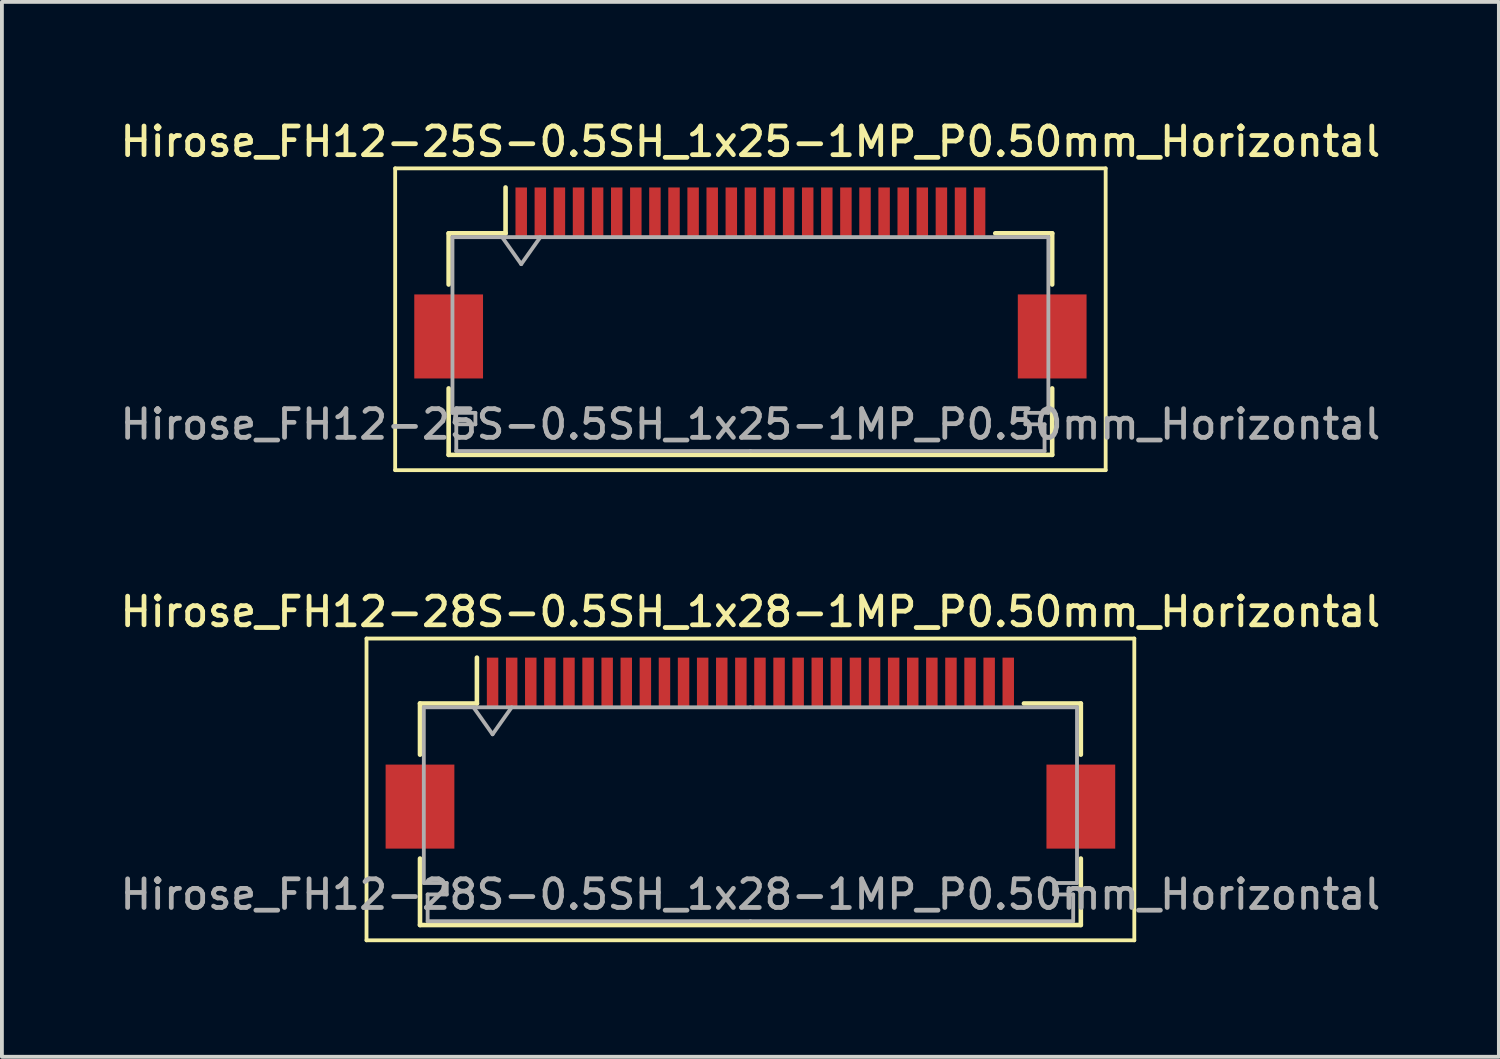
<source format=kicad_pcb>
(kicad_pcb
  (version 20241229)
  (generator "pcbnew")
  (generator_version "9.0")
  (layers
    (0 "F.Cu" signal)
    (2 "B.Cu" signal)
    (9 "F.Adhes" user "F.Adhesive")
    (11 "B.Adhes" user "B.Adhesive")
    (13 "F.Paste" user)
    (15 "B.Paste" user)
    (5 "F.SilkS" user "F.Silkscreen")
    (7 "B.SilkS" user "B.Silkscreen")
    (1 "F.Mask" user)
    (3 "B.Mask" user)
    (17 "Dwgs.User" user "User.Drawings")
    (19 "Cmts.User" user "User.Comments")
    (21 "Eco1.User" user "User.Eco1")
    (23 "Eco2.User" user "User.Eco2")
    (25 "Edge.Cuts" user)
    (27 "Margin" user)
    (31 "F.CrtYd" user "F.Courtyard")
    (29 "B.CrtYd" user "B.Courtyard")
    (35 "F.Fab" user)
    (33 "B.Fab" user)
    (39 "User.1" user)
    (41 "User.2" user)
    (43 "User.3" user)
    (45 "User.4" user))
  (footprint "Hirose_FH12-25S-0.5SH_1x25-1MP_P0.50mm_Horizontal"
    (layer "F.Cu")
    (at 16.595 4.358)
    (property "Reference" "Hirose_FH12-25S-0.5SH_1x25-1MP_P0.50mm_Horizontal" (at 0 -3.7 0) (layer "F.SilkS") (effects (font (size 0.75 0.75) (thickness 0.125))))
    (attr smd)
    (fp_line (start -9.3 -3) (end -9.3 4.9) (stroke (width 0.1) (type solid)) (layer "F.SilkS"))
    (fp_line (start -9.3 4.9) (end 9.3 4.9) (stroke (width 0.1) (type solid)) (layer "F.SilkS"))
    (fp_line (start -7.9 -1.3) (end -7.9 0.04) (stroke (width 0.12) (type solid)) (layer "F.SilkS"))
    (fp_line (start -7.9 2.76) (end -7.9 4.5) (stroke (width 0.12) (type solid)) (layer "F.SilkS"))
    (fp_line (start -7.9 4.5) (end 7.9 4.5) (stroke (width 0.12) (type solid)) (layer "F.SilkS"))
    (fp_line (start -6.41 -1.3) (end -7.9 -1.3) (stroke (width 0.12) (type solid)) (layer "F.SilkS"))
    (fp_line (start -6.41 -1.3) (end -6.41 -2.5) (stroke (width 0.12) (type solid)) (layer "F.SilkS"))
    (fp_line (start 6.41 -1.3) (end 7.9 -1.3) (stroke (width 0.12) (type solid)) (layer "F.SilkS"))
    (fp_line (start 7.9 -1.3) (end 7.9 0.04) (stroke (width 0.12) (type solid)) (layer "F.SilkS"))
    (fp_line (start 7.9 4.5) (end 7.9 2.76) (stroke (width 0.12) (type solid)) (layer "F.SilkS"))
    (fp_line (start 9.3 -3) (end -9.3 -3) (stroke (width 0.1) (type solid)) (layer "F.SilkS"))
    (fp_line (start 9.3 4.9) (end 9.3 -3) (stroke (width 0.1) (type solid)) (layer "F.SilkS"))
    (fp_line (start -7.8 -1.2) (end -7.8 3.4) (stroke (width 0.1) (type solid)) (layer "F.Fab"))
    (fp_line (start -7.8 3.4) (end -7.2 3.4) (stroke (width 0.1) (type solid)) (layer "F.Fab"))
    (fp_line (start -7.7 3.7) (end -7.7 4.4) (stroke (width 0.1) (type solid)) (layer "F.Fab"))
    (fp_line (start -7.7 4.4) (end 0 4.4) (stroke (width 0.1) (type solid)) (layer "F.Fab"))
    (fp_line (start -7.2 3.4) (end -7.2 3.7) (stroke (width 0.1) (type solid)) (layer "F.Fab"))
    (fp_line (start -7.2 3.7) (end -7.7 3.7) (stroke (width 0.1) (type solid)) (layer "F.Fab"))
    (fp_line (start -6.5 -1.2) (end -6 -0.493) (stroke (width 0.1) (type solid)) (layer "F.Fab"))
    (fp_line (start -6 -0.493) (end -5.5 -1.2) (stroke (width 0.1) (type solid)) (layer "F.Fab"))
    (fp_line (start 0 -1.2) (end -7.8 -1.2) (stroke (width 0.1) (type solid)) (layer "F.Fab"))
    (fp_line (start 0 -1.2) (end 7.8 -1.2) (stroke (width 0.1) (type solid)) (layer "F.Fab"))
    (fp_line (start 7.2 3.4) (end 7.2 3.7) (stroke (width 0.1) (type solid)) (layer "F.Fab"))
    (fp_line (start 7.2 3.7) (end 7.7 3.7) (stroke (width 0.1) (type solid)) (layer "F.Fab"))
    (fp_line (start 7.7 3.7) (end 7.7 4.4) (stroke (width 0.1) (type solid)) (layer "F.Fab"))
    (fp_line (start 7.7 4.4) (end 0 4.4) (stroke (width 0.1) (type solid)) (layer "F.Fab"))
    (fp_line (start 7.8 -1.2) (end 7.8 3.4) (stroke (width 0.1) (type solid)) (layer "F.Fab"))
    (fp_line (start 7.8 3.4) (end 7.2 3.4) (stroke (width 0.1) (type solid)) (layer "F.Fab"))
    (fp_text user "${REFERENCE}" (at 0 3.7 0) (layer "F.Fab") (effects (font (size 0.75 0.75) (thickness 0.125))))
    (pad "1" smd rect (at -6 -1.85) (size 0.3 1.3) (layers "F.Cu" "F.Mask" "F.Paste"))
    (pad "2" smd rect (at -5.5 -1.85) (size 0.3 1.3) (layers "F.Cu" "F.Mask" "F.Paste"))
    (pad "3" smd rect (at -5 -1.85) (size 0.3 1.3) (layers "F.Cu" "F.Mask" "F.Paste"))
    (pad "4" smd rect (at -4.5 -1.85) (size 0.3 1.3) (layers "F.Cu" "F.Mask" "F.Paste"))
    (pad "5" smd rect (at -4 -1.85) (size 0.3 1.3) (layers "F.Cu" "F.Mask" "F.Paste"))
    (pad "6" smd rect (at -3.5 -1.85) (size 0.3 1.3) (layers "F.Cu" "F.Mask" "F.Paste"))
    (pad "7" smd rect (at -3 -1.85) (size 0.3 1.3) (layers "F.Cu" "F.Mask" "F.Paste"))
    (pad "8" smd rect (at -2.5 -1.85) (size 0.3 1.3) (layers "F.Cu" "F.Mask" "F.Paste"))
    (pad "9" smd rect (at -2 -1.85) (size 0.3 1.3) (layers "F.Cu" "F.Mask" "F.Paste"))
    (pad "10" smd rect (at -1.5 -1.85) (size 0.3 1.3) (layers "F.Cu" "F.Mask" "F.Paste"))
    (pad "11" smd rect (at -1 -1.85) (size 0.3 1.3) (layers "F.Cu" "F.Mask" "F.Paste"))
    (pad "12" smd rect (at -0.5 -1.85) (size 0.3 1.3) (layers "F.Cu" "F.Mask" "F.Paste"))
    (pad "13" smd rect (at 0 -1.85) (size 0.3 1.3) (layers "F.Cu" "F.Mask" "F.Paste"))
    (pad "14" smd rect (at 0.5 -1.85) (size 0.3 1.3) (layers "F.Cu" "F.Mask" "F.Paste"))
    (pad "15" smd rect (at 1 -1.85) (size 0.3 1.3) (layers "F.Cu" "F.Mask" "F.Paste"))
    (pad "16" smd rect (at 1.5 -1.85) (size 0.3 1.3) (layers "F.Cu" "F.Mask" "F.Paste"))
    (pad "17" smd rect (at 2 -1.85) (size 0.3 1.3) (layers "F.Cu" "F.Mask" "F.Paste"))
    (pad "18" smd rect (at 2.5 -1.85) (size 0.3 1.3) (layers "F.Cu" "F.Mask" "F.Paste"))
    (pad "19" smd rect (at 3 -1.85) (size 0.3 1.3) (layers "F.Cu" "F.Mask" "F.Paste"))
    (pad "20" smd rect (at 3.5 -1.85) (size 0.3 1.3) (layers "F.Cu" "F.Mask" "F.Paste"))
    (pad "21" smd rect (at 4 -1.85) (size 0.3 1.3) (layers "F.Cu" "F.Mask" "F.Paste"))
    (pad "22" smd rect (at 4.5 -1.85) (size 0.3 1.3) (layers "F.Cu" "F.Mask" "F.Paste"))
    (pad "23" smd rect (at 5 -1.85) (size 0.3 1.3) (layers "F.Cu" "F.Mask" "F.Paste"))
    (pad "24" smd rect (at 5.5 -1.85) (size 0.3 1.3) (layers "F.Cu" "F.Mask" "F.Paste"))
    (pad "25" smd rect (at 6 -1.85) (size 0.3 1.3) (layers "F.Cu" "F.Mask" "F.Paste"))
    (pad "MP" smd rect (at -7.9 1.4) (size 1.8 2.2) (layers "F.Cu" "F.Mask" "F.Paste"))
    (pad "MP" smd rect (at 7.9 1.4) (size 1.8 2.2) (layers "F.Cu" "F.Mask" "F.Paste")))
  (footprint "Hirose_FH12-28S-0.5SH_1x28-1MP_P0.50mm_Horizontal"
    (layer "F.Cu")
    (at 16.595 16.666)
    (property "Reference" "Hirose_FH12-28S-0.5SH_1x28-1MP_P0.50mm_Horizontal" (at 0 -3.7 0) (layer "F.SilkS") (effects (font (size 0.75 0.75) (thickness 0.125))))
    (attr smd)
    (fp_line (start -10.05 -3) (end -10.05 4.9) (stroke (width 0.1) (type solid)) (layer "F.SilkS"))
    (fp_line (start -10.05 4.9) (end 10.05 4.9) (stroke (width 0.1) (type solid)) (layer "F.SilkS"))
    (fp_line (start -8.65 -1.3) (end -8.65 0.04) (stroke (width 0.12) (type solid)) (layer "F.SilkS"))
    (fp_line (start -8.65 2.76) (end -8.65 4.5) (stroke (width 0.12) (type solid)) (layer "F.SilkS"))
    (fp_line (start -8.65 4.5) (end 8.65 4.5) (stroke (width 0.12) (type solid)) (layer "F.SilkS"))
    (fp_line (start -7.16 -1.3) (end -8.65 -1.3) (stroke (width 0.12) (type solid)) (layer "F.SilkS"))
    (fp_line (start -7.16 -1.3) (end -7.16 -2.5) (stroke (width 0.12) (type solid)) (layer "F.SilkS"))
    (fp_line (start 7.16 -1.3) (end 8.65 -1.3) (stroke (width 0.12) (type solid)) (layer "F.SilkS"))
    (fp_line (start 8.65 -1.3) (end 8.65 0.04) (stroke (width 0.12) (type solid)) (layer "F.SilkS"))
    (fp_line (start 8.65 4.5) (end 8.65 2.76) (stroke (width 0.12) (type solid)) (layer "F.SilkS"))
    (fp_line (start 10.05 -3) (end -10.05 -3) (stroke (width 0.1) (type solid)) (layer "F.SilkS"))
    (fp_line (start 10.05 4.9) (end 10.05 -3) (stroke (width 0.1) (type solid)) (layer "F.SilkS"))
    (fp_line (start -8.55 -1.2) (end -8.55 3.4) (stroke (width 0.1) (type solid)) (layer "F.Fab"))
    (fp_line (start -8.55 3.4) (end -7.95 3.4) (stroke (width 0.1) (type solid)) (layer "F.Fab"))
    (fp_line (start -8.45 3.7) (end -8.45 4.4) (stroke (width 0.1) (type solid)) (layer "F.Fab"))
    (fp_line (start -8.45 4.4) (end 0 4.4) (stroke (width 0.1) (type solid)) (layer "F.Fab"))
    (fp_line (start -7.95 3.4) (end -7.95 3.7) (stroke (width 0.1) (type solid)) (layer "F.Fab"))
    (fp_line (start -7.95 3.7) (end -8.45 3.7) (stroke (width 0.1) (type solid)) (layer "F.Fab"))
    (fp_line (start -7.25 -1.2) (end -6.75 -0.493) (stroke (width 0.1) (type solid)) (layer "F.Fab"))
    (fp_line (start -6.75 -0.493) (end -6.25 -1.2) (stroke (width 0.1) (type solid)) (layer "F.Fab"))
    (fp_line (start 0 -1.2) (end -8.55 -1.2) (stroke (width 0.1) (type solid)) (layer "F.Fab"))
    (fp_line (start 0 -1.2) (end 8.55 -1.2) (stroke (width 0.1) (type solid)) (layer "F.Fab"))
    (fp_line (start 7.95 3.4) (end 7.95 3.7) (stroke (width 0.1) (type solid)) (layer "F.Fab"))
    (fp_line (start 7.95 3.7) (end 8.45 3.7) (stroke (width 0.1) (type solid)) (layer "F.Fab"))
    (fp_line (start 8.45 3.7) (end 8.45 4.4) (stroke (width 0.1) (type solid)) (layer "F.Fab"))
    (fp_line (start 8.45 4.4) (end 0 4.4) (stroke (width 0.1) (type solid)) (layer "F.Fab"))
    (fp_line (start 8.55 -1.2) (end 8.55 3.4) (stroke (width 0.1) (type solid)) (layer "F.Fab"))
    (fp_line (start 8.55 3.4) (end 7.95 3.4) (stroke (width 0.1) (type solid)) (layer "F.Fab"))
    (fp_text user "${REFERENCE}" (at 0 3.7 0) (layer "F.Fab") (effects (font (size 0.75 0.75) (thickness 0.125))))
    (pad "1" smd rect (at -6.75 -1.85) (size 0.3 1.3) (layers "F.Cu" "F.Mask" "F.Paste"))
    (pad "2" smd rect (at -6.25 -1.85) (size 0.3 1.3) (layers "F.Cu" "F.Mask" "F.Paste"))
    (pad "3" smd rect (at -5.75 -1.85) (size 0.3 1.3) (layers "F.Cu" "F.Mask" "F.Paste"))
    (pad "4" smd rect (at -5.25 -1.85) (size 0.3 1.3) (layers "F.Cu" "F.Mask" "F.Paste"))
    (pad "5" smd rect (at -4.75 -1.85) (size 0.3 1.3) (layers "F.Cu" "F.Mask" "F.Paste"))
    (pad "6" smd rect (at -4.25 -1.85) (size 0.3 1.3) (layers "F.Cu" "F.Mask" "F.Paste"))
    (pad "7" smd rect (at -3.75 -1.85) (size 0.3 1.3) (layers "F.Cu" "F.Mask" "F.Paste"))
    (pad "8" smd rect (at -3.25 -1.85) (size 0.3 1.3) (layers "F.Cu" "F.Mask" "F.Paste"))
    (pad "9" smd rect (at -2.75 -1.85) (size 0.3 1.3) (layers "F.Cu" "F.Mask" "F.Paste"))
    (pad "10" smd rect (at -2.25 -1.85) (size 0.3 1.3) (layers "F.Cu" "F.Mask" "F.Paste"))
    (pad "11" smd rect (at -1.75 -1.85) (size 0.3 1.3) (layers "F.Cu" "F.Mask" "F.Paste"))
    (pad "12" smd rect (at -1.25 -1.85) (size 0.3 1.3) (layers "F.Cu" "F.Mask" "F.Paste"))
    (pad "13" smd rect (at -0.75 -1.85) (size 0.3 1.3) (layers "F.Cu" "F.Mask" "F.Paste"))
    (pad "14" smd rect (at -0.25 -1.85) (size 0.3 1.3) (layers "F.Cu" "F.Mask" "F.Paste"))
    (pad "15" smd rect (at 0.25 -1.85) (size 0.3 1.3) (layers "F.Cu" "F.Mask" "F.Paste"))
    (pad "16" smd rect (at 0.75 -1.85) (size 0.3 1.3) (layers "F.Cu" "F.Mask" "F.Paste"))
    (pad "17" smd rect (at 1.25 -1.85) (size 0.3 1.3) (layers "F.Cu" "F.Mask" "F.Paste"))
    (pad "18" smd rect (at 1.75 -1.85) (size 0.3 1.3) (layers "F.Cu" "F.Mask" "F.Paste"))
    (pad "19" smd rect (at 2.25 -1.85) (size 0.3 1.3) (layers "F.Cu" "F.Mask" "F.Paste"))
    (pad "20" smd rect (at 2.75 -1.85) (size 0.3 1.3) (layers "F.Cu" "F.Mask" "F.Paste"))
    (pad "21" smd rect (at 3.25 -1.85) (size 0.3 1.3) (layers "F.Cu" "F.Mask" "F.Paste"))
    (pad "22" smd rect (at 3.75 -1.85) (size 0.3 1.3) (layers "F.Cu" "F.Mask" "F.Paste"))
    (pad "23" smd rect (at 4.25 -1.85) (size 0.3 1.3) (layers "F.Cu" "F.Mask" "F.Paste"))
    (pad "24" smd rect (at 4.75 -1.85) (size 0.3 1.3) (layers "F.Cu" "F.Mask" "F.Paste"))
    (pad "25" smd rect (at 5.25 -1.85) (size 0.3 1.3) (layers "F.Cu" "F.Mask" "F.Paste"))
    (pad "26" smd rect (at 5.75 -1.85) (size 0.3 1.3) (layers "F.Cu" "F.Mask" "F.Paste"))
    (pad "27" smd rect (at 6.25 -1.85) (size 0.3 1.3) (layers "F.Cu" "F.Mask" "F.Paste"))
    (pad "28" smd rect (at 6.75 -1.85) (size 0.3 1.3) (layers "F.Cu" "F.Mask" "F.Paste"))
    (pad "MP" smd rect (at -8.65 1.4) (size 1.8 2.2) (layers "F.Cu" "F.Mask" "F.Paste"))
    (pad "MP" smd rect (at 8.65 1.4) (size 1.8 2.2) (layers "F.Cu" "F.Mask" "F.Paste")))
  (gr_rect
    (start -3 -3)
    (end 36.189 24.616)
    (stroke (width 0.1) (type default))
    (fill no)
    (layer "Edge.Cuts")))
</source>
